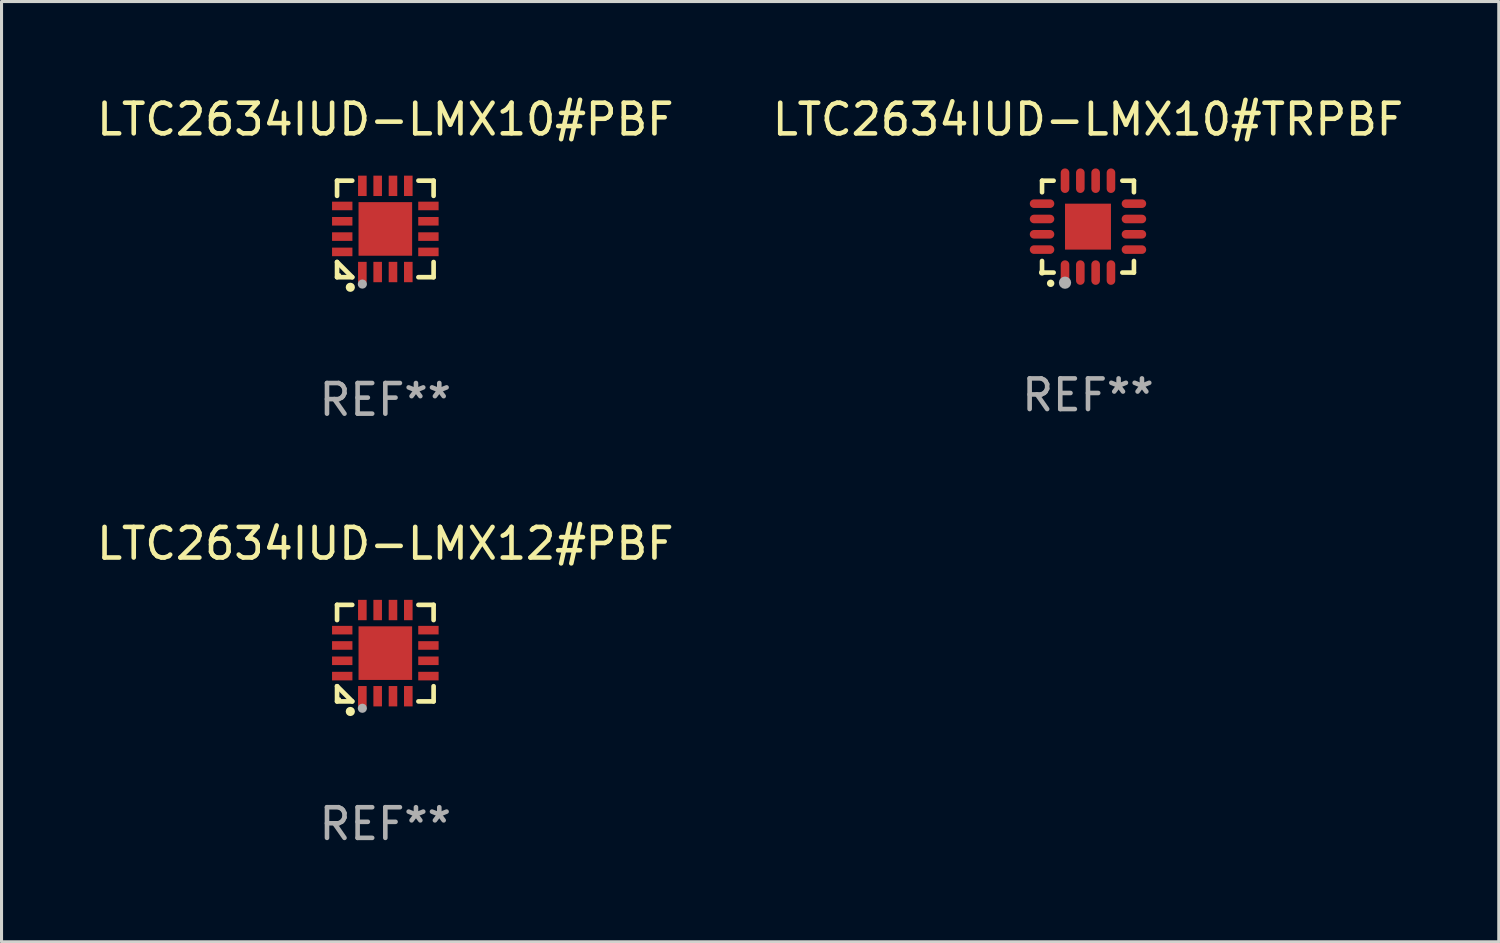
<source format=kicad_pcb>
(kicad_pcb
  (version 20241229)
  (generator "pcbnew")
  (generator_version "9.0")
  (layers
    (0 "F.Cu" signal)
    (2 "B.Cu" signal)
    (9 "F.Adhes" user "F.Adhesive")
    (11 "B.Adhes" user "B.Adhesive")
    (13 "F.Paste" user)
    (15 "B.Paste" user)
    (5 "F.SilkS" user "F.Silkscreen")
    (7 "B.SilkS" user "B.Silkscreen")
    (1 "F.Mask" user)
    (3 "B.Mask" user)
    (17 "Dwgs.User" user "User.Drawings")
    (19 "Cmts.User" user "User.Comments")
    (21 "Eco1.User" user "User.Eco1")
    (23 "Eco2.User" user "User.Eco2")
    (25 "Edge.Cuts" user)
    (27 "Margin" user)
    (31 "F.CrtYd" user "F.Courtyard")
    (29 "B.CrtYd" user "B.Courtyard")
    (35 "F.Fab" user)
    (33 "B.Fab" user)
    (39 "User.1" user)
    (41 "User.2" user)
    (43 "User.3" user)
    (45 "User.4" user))
  (footprint "LTC2634IUD-LMX10#PBF"
    (layer "F.Cu")
    (at 9.53 4.424)
    (property "Reference" "LTC2634IUD-LMX10#PBF" (at 0 -3.576 0) (layer "F.SilkS") (effects (font (size 1 1) (thickness 0.15))))
    (attr through_hole)
    (fp_line (start -1.576 -1.576) (end -1.08 -1.576) (stroke (width 0.152) (type solid)) (layer "F.SilkS"))
    (fp_line (start -1.576 -1.08) (end -1.576 -1.576) (stroke (width 0.152) (type solid)) (layer "F.SilkS"))
    (fp_line (start -1.576 1.08) (end -1.576 1.576) (stroke (width 0.152) (type solid)) (layer "F.SilkS"))
    (fp_line (start -1.576 1.576) (end -1.08 1.576) (stroke (width 0.152) (type solid)) (layer "F.SilkS"))
    (fp_line (start -1.08 1.576) (end -1.576 1.08) (stroke (width 0.152) (type solid)) (layer "F.SilkS"))
    (fp_line (start 1.576 -1.576) (end 1.08 -1.576) (stroke (width 0.152) (type solid)) (layer "F.SilkS"))
    (fp_line (start 1.576 -1.08) (end 1.576 -1.576) (stroke (width 0.152) (type solid)) (layer "F.SilkS"))
    (fp_line (start 1.576 1.08) (end 1.576 1.576) (stroke (width 0.152) (type solid)) (layer "F.SilkS"))
    (fp_line (start 1.576 1.576) (end 1.08 1.576) (stroke (width 0.152) (type solid)) (layer "F.SilkS"))
    (fp_circle (center -1.5 1.5) (end -1.47 1.5) (stroke (width 0.06) (type solid)) (fill no) (layer "F.SilkS"))
    (fp_circle (center -1.143 1.905) (end -1.068 1.905) (stroke (width 0.15) (type solid)) (fill no) (layer "F.SilkS"))
    (fp_circle (center -0.75 1.8) (end -0.675 1.8) (stroke (width 0.15) (type solid)) (fill no) (layer "F.Fab"))
    (fp_text user "REF**" (at 0 5.576 0) (layer "F.Fab") (effects (font (size 1 1) (thickness 0.15))))
    (pad "1" smd rect (at -0.75 1.407) (size 0.28 0.665) (layers "F.Cu" "F.Mask" "F.Paste"))
    (pad "2" smd rect (at -0.25 1.407) (size 0.28 0.665) (layers "F.Cu" "F.Mask" "F.Paste"))
    (pad "3" smd rect (at 0.25 1.407) (size 0.28 0.665) (layers "F.Cu" "F.Mask" "F.Paste"))
    (pad "4" smd rect (at 0.75 1.407) (size 0.28 0.665) (layers "F.Cu" "F.Mask" "F.Paste"))
    (pad "5" smd rect (at 1.407 0.75) (size 0.665 0.28) (layers "F.Cu" "F.Mask" "F.Paste"))
    (pad "6" smd rect (at 1.407 0.25) (size 0.665 0.28) (layers "F.Cu" "F.Mask" "F.Paste"))
    (pad "7" smd rect (at 1.407 -0.25) (size 0.665 0.28) (layers "F.Cu" "F.Mask" "F.Paste"))
    (pad "8" smd rect (at 1.407 -0.75) (size 0.665 0.28) (layers "F.Cu" "F.Mask" "F.Paste"))
    (pad "9" smd rect (at 0.75 -1.407) (size 0.28 0.665) (layers "F.Cu" "F.Mask" "F.Paste"))
    (pad "10" smd rect (at 0.25 -1.407) (size 0.28 0.665) (layers "F.Cu" "F.Mask" "F.Paste"))
    (pad "11" smd rect (at -0.25 -1.407) (size 0.28 0.665) (layers "F.Cu" "F.Mask" "F.Paste"))
    (pad "12" smd rect (at -0.75 -1.407) (size 0.28 0.665) (layers "F.Cu" "F.Mask" "F.Paste"))
    (pad "13" smd rect (at -1.407 -0.75) (size 0.665 0.28) (layers "F.Cu" "F.Mask" "F.Paste"))
    (pad "14" smd rect (at -1.407 -0.25) (size 0.665 0.28) (layers "F.Cu" "F.Mask" "F.Paste"))
    (pad "15" smd rect (at -1.407 0.25) (size 0.665 0.28) (layers "F.Cu" "F.Mask" "F.Paste"))
    (pad "16" smd rect (at -1.407 0.75) (size 0.665 0.28) (layers "F.Cu" "F.Mask" "F.Paste"))
    (pad "17" smd rect (at 0 0) (size 1.75 1.75) (layers "F.Cu" "F.Mask" "F.Paste")))
  (footprint "LTC2634IUD-LMX12#PBF"
    (layer "F.Cu")
    (at 9.53 18.273)
    (property "Reference" "LTC2634IUD-LMX12#PBF" (at 0 -3.576 0) (layer "F.SilkS") (effects (font (size 1 1) (thickness 0.15))))
    (attr through_hole)
    (fp_line (start -1.576 -1.576) (end -1.08 -1.576) (stroke (width 0.152) (type solid)) (layer "F.SilkS"))
    (fp_line (start -1.576 -1.08) (end -1.576 -1.576) (stroke (width 0.152) (type solid)) (layer "F.SilkS"))
    (fp_line (start -1.576 1.08) (end -1.576 1.576) (stroke (width 0.152) (type solid)) (layer "F.SilkS"))
    (fp_line (start -1.576 1.576) (end -1.08 1.576) (stroke (width 0.152) (type solid)) (layer "F.SilkS"))
    (fp_line (start -1.08 1.576) (end -1.576 1.08) (stroke (width 0.152) (type solid)) (layer "F.SilkS"))
    (fp_line (start 1.576 -1.576) (end 1.08 -1.576) (stroke (width 0.152) (type solid)) (layer "F.SilkS"))
    (fp_line (start 1.576 -1.08) (end 1.576 -1.576) (stroke (width 0.152) (type solid)) (layer "F.SilkS"))
    (fp_line (start 1.576 1.08) (end 1.576 1.576) (stroke (width 0.152) (type solid)) (layer "F.SilkS"))
    (fp_line (start 1.576 1.576) (end 1.08 1.576) (stroke (width 0.152) (type solid)) (layer "F.SilkS"))
    (fp_circle (center -1.5 1.5) (end -1.47 1.5) (stroke (width 0.06) (type solid)) (fill no) (layer "F.SilkS"))
    (fp_circle (center -1.143 1.905) (end -1.068 1.905) (stroke (width 0.15) (type solid)) (fill no) (layer "F.SilkS"))
    (fp_circle (center -0.75 1.8) (end -0.675 1.8) (stroke (width 0.15) (type solid)) (fill no) (layer "F.Fab"))
    (fp_text user "REF**" (at 0 5.576 0) (layer "F.Fab") (effects (font (size 1 1) (thickness 0.15))))
    (pad "1" smd rect (at -0.75 1.407) (size 0.28 0.665) (layers "F.Cu" "F.Mask" "F.Paste"))
    (pad "2" smd rect (at -0.25 1.407) (size 0.28 0.665) (layers "F.Cu" "F.Mask" "F.Paste"))
    (pad "3" smd rect (at 0.25 1.407) (size 0.28 0.665) (layers "F.Cu" "F.Mask" "F.Paste"))
    (pad "4" smd rect (at 0.75 1.407) (size 0.28 0.665) (layers "F.Cu" "F.Mask" "F.Paste"))
    (pad "5" smd rect (at 1.407 0.75) (size 0.665 0.28) (layers "F.Cu" "F.Mask" "F.Paste"))
    (pad "6" smd rect (at 1.407 0.25) (size 0.665 0.28) (layers "F.Cu" "F.Mask" "F.Paste"))
    (pad "7" smd rect (at 1.407 -0.25) (size 0.665 0.28) (layers "F.Cu" "F.Mask" "F.Paste"))
    (pad "8" smd rect (at 1.407 -0.75) (size 0.665 0.28) (layers "F.Cu" "F.Mask" "F.Paste"))
    (pad "9" smd rect (at 0.75 -1.407) (size 0.28 0.665) (layers "F.Cu" "F.Mask" "F.Paste"))
    (pad "10" smd rect (at 0.25 -1.407) (size 0.28 0.665) (layers "F.Cu" "F.Mask" "F.Paste"))
    (pad "11" smd rect (at -0.25 -1.407) (size 0.28 0.665) (layers "F.Cu" "F.Mask" "F.Paste"))
    (pad "12" smd rect (at -0.75 -1.407) (size 0.28 0.665) (layers "F.Cu" "F.Mask" "F.Paste"))
    (pad "13" smd rect (at -1.407 -0.75) (size 0.665 0.28) (layers "F.Cu" "F.Mask" "F.Paste"))
    (pad "14" smd rect (at -1.407 -0.25) (size 0.665 0.28) (layers "F.Cu" "F.Mask" "F.Paste"))
    (pad "15" smd rect (at -1.407 0.25) (size 0.665 0.28) (layers "F.Cu" "F.Mask" "F.Paste"))
    (pad "16" smd rect (at -1.407 0.75) (size 0.665 0.28) (layers "F.Cu" "F.Mask" "F.Paste"))
    (pad "17" smd rect (at 0 0) (size 1.75 1.75) (layers "F.Cu" "F.Mask" "F.Paste")))
  (footprint "LTC2634IUD-LMX10#TRPBF"
    (layer "F.Cu")
    (at 32.47 4.349)
    (property "Reference" "LTC2634IUD-LMX10#TRPBF" (at 0 -3.5 0) (layer "F.SilkS") (effects (font (size 1 1) (thickness 0.15))))
    (attr through_hole)
    (fp_line (start -1.5 -1.5) (end -1.121 -1.5) (stroke (width 0.15) (type solid)) (layer "F.SilkS"))
    (fp_line (start -1.5 -1.122) (end -1.5 -1.5) (stroke (width 0.15) (type solid)) (layer "F.SilkS"))
    (fp_line (start -1.5 1.5) (end -1.5 1.121) (stroke (width 0.15) (type solid)) (layer "F.SilkS"))
    (fp_line (start -1.121 1.5) (end -1.5 1.5) (stroke (width 0.15) (type solid)) (layer "F.SilkS"))
    (fp_line (start 1.121 -1.5) (end 1.5 -1.5) (stroke (width 0.15) (type solid)) (layer "F.SilkS"))
    (fp_line (start 1.5 -1.5) (end 1.5 -1.122) (stroke (width 0.15) (type solid)) (layer "F.SilkS"))
    (fp_line (start 1.5 1.121) (end 1.5 1.5) (stroke (width 0.15) (type solid)) (layer "F.SilkS"))
    (fp_line (start 1.5 1.5) (end 1.121 1.5) (stroke (width 0.15) (type solid)) (layer "F.SilkS"))
    (fp_arc (start -1.219926 1.850254) (mid -1.21891 1.85025) (end -1.217894 1.850254) (stroke (width 0.240005) (type solid)) (layer "F.SilkS"))
    (fp_circle (center -1.5 1.5) (end -1.45 1.5) (stroke (width 0.1) (type solid)) (fill no) (layer "F.SilkS"))
    (fp_circle (center -0.75 1.83) (end -0.65 1.83) (stroke (width 0.2) (type solid)) (fill no) (layer "F.Fab"))
    (fp_text user "REF**" (at 0 5.5 0) (layer "F.Fab") (effects (font (size 1 1) (thickness 0.15))))
    (pad "1" smd oval (at -0.75 1.5) (size 0.28 0.8) (layers "F.Cu" "F.Mask" "F.Paste"))
    (pad "2" smd oval (at -0.25 1.5) (size 0.28 0.8) (layers "F.Cu" "F.Mask" "F.Paste"))
    (pad "3" smd oval (at 0.25 1.5) (size 0.28 0.8) (layers "F.Cu" "F.Mask" "F.Paste"))
    (pad "4" smd oval (at 0.75 1.5) (size 0.28 0.8) (layers "F.Cu" "F.Mask" "F.Paste"))
    (pad "5" smd oval (at 1.5 0.75) (size 0.8 0.28) (layers "F.Cu" "F.Mask" "F.Paste"))
    (pad "6" smd oval (at 1.5 0.25) (size 0.8 0.28) (layers "F.Cu" "F.Mask" "F.Paste"))
    (pad "7" smd oval (at 1.5 -0.25) (size 0.8 0.28) (layers "F.Cu" "F.Mask" "F.Paste"))
    (pad "8" smd oval (at 1.5 -0.75) (size 0.8 0.28) (layers "F.Cu" "F.Mask" "F.Paste"))
    (pad "9" smd oval (at 0.75 -1.5) (size 0.28 0.8) (layers "F.Cu" "F.Mask" "F.Paste"))
    (pad "10" smd oval (at 0.25 -1.5) (size 0.28 0.8) (layers "F.Cu" "F.Mask" "F.Paste"))
    (pad "11" smd oval (at -0.25 -1.5) (size 0.28 0.8) (layers "F.Cu" "F.Mask" "F.Paste"))
    (pad "12" smd oval (at -0.75 -1.5) (size 0.28 0.8) (layers "F.Cu" "F.Mask" "F.Paste"))
    (pad "13" smd oval (at -1.5 -0.75) (size 0.8 0.28) (layers "F.Cu" "F.Mask" "F.Paste"))
    (pad "14" smd oval (at -1.5 -0.25) (size 0.8 0.28) (layers "F.Cu" "F.Mask" "F.Paste"))
    (pad "15" smd oval (at -1.5 0.25) (size 0.8 0.28) (layers "F.Cu" "F.Mask" "F.Paste"))
    (pad "16" smd oval (at -1.5 0.75) (size 0.8 0.28) (layers "F.Cu" "F.Mask" "F.Paste"))
    (pad "17" smd rect (at -0.000064 0.000165) (size 1.5 1.5) (layers "F.Cu" "F.Mask" "F.Paste")))
  (gr_rect
    (start -3 -3)
    (end 45.881 27.698)
    (stroke (width 0.1) (type default))
    (fill no)
    (layer "Edge.Cuts")))
</source>
